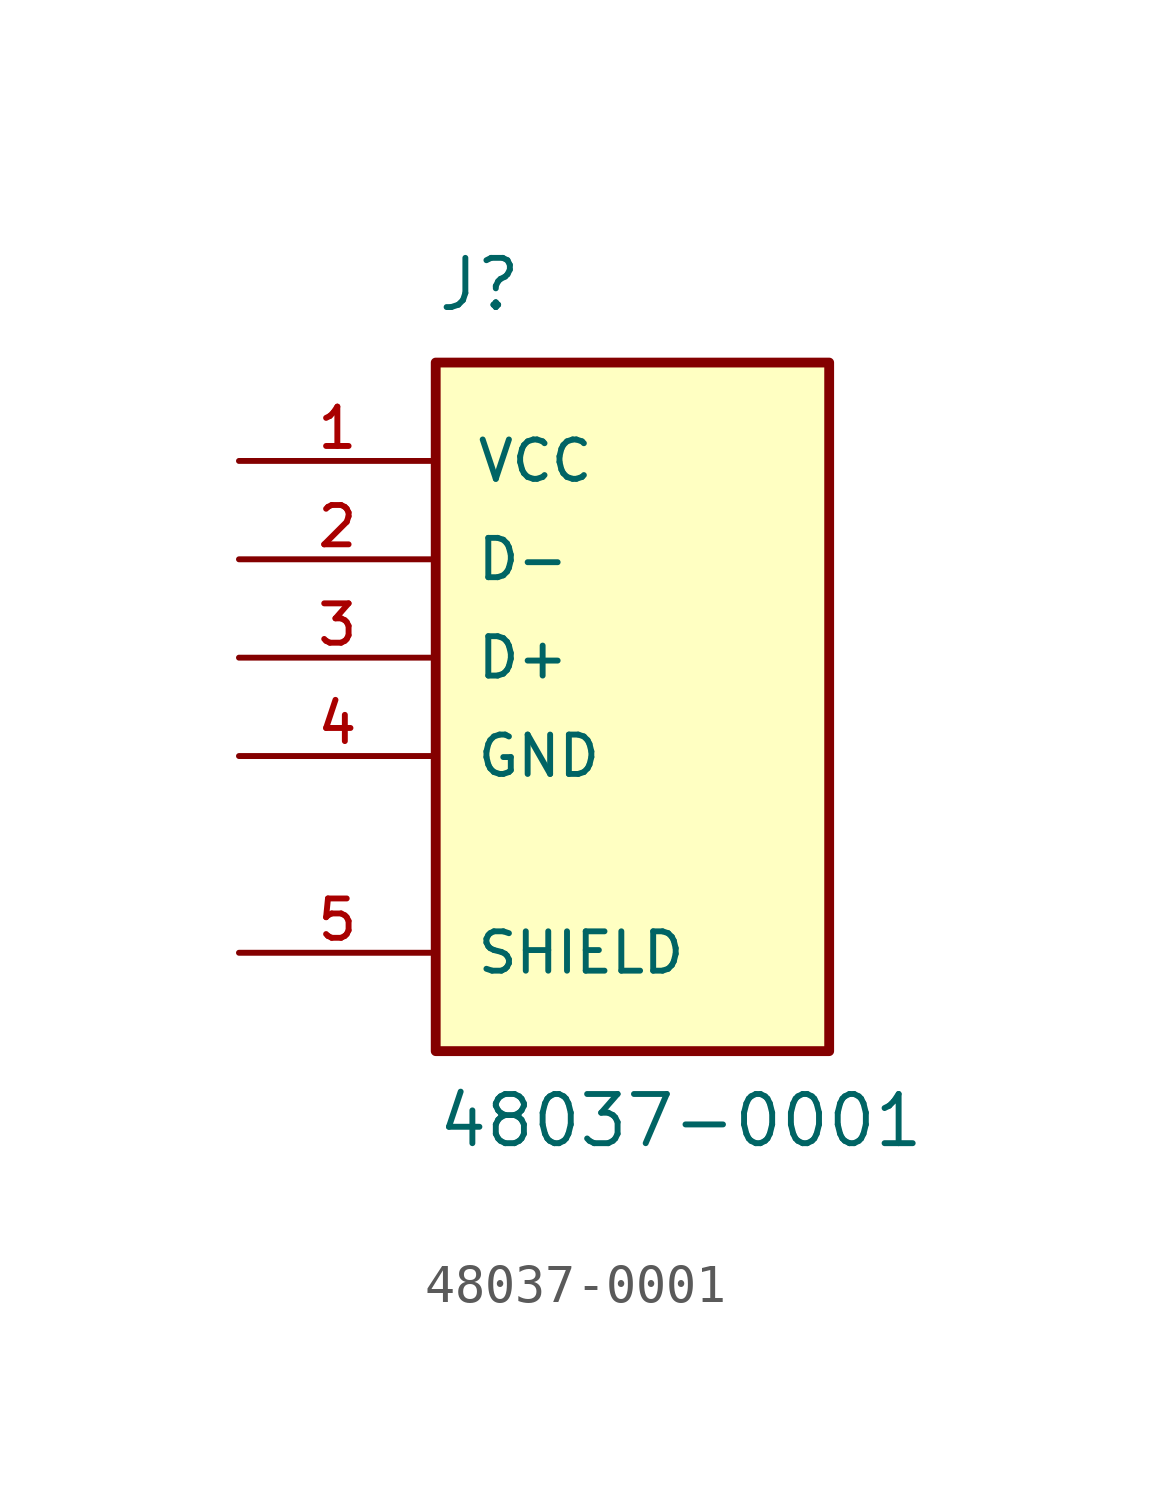
<source format=kicad_sym>
(kicad_symbol_lib
  (version 20211014)
  (generator kicad_symbol_editor)
  (symbol "48037-0001"
    (pin_names
      (offset 1.016))
    (property "Reference" "J"
      (at -5.08 8.89 0)
      (effects (font (size 1.27 1.27)) (justify left bottom)))
    (property "Value" "48037-0001"
      (at -5.08 -12.7 0)
      (effects (font (size 1.27 1.27)) (justify left bottom)))
    (symbol "48037-0001_0_0"
      (rectangle (start -5.08 -10.16) (end 5.08 7.62) (stroke (width 0.254) (type default) (color 0 0 0 0)) (fill (type background)))
      (pin power_in line (at -10.16 5.08 0) (length 5.08) (name "VCC" (effects (font (size 1.016 1.016)))) (number "1" (effects (font (size 1.016 1.016)))))
      (pin bidirectional line (at -10.16 2.54 0) (length 5.08) (name "D-" (effects (font (size 1.016 1.016)))) (number "2" (effects (font (size 1.016 1.016)))))
      (pin bidirectional line (at -10.16 0 0) (length 5.08) (name "D+" (effects (font (size 1.016 1.016)))) (number "3" (effects (font (size 1.016 1.016)))))
      (pin power_in line (at -10.16 -2.54 0) (length 5.08) (name "GND" (effects (font (size 1.016 1.016)))) (number "4" (effects (font (size 1.016 1.016)))))
      (pin passive line (at -10.16 -7.62 0) (length 5.08) (name "SHIELD" (effects (font (size 1.016 1.016)))) (number "5" (effects (font (size 1.016 1.016))))))))
</source>
